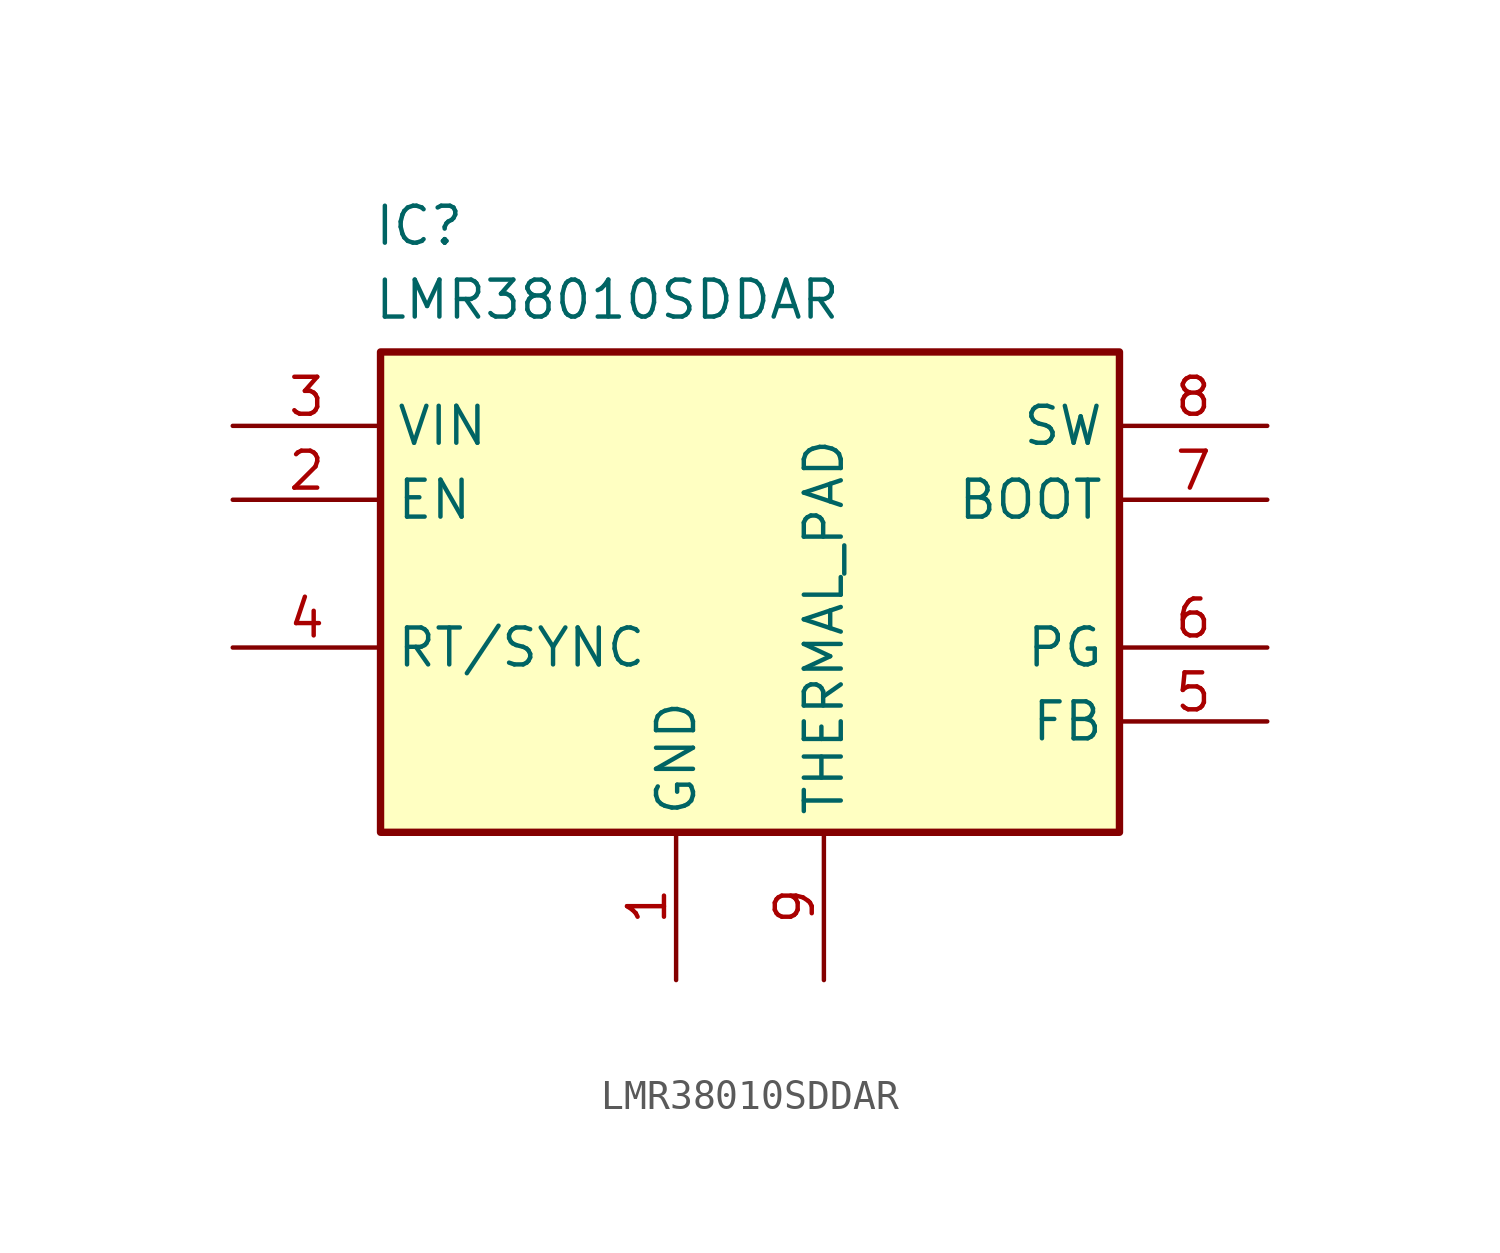
<source format=kicad_sym>
(kicad_symbol_lib
  (version 20231120)
  (generator "kicad_symbol_editor")
  (generator_version "8.0")
  (symbol "LMR38010SDDAR"
    (property "Reference" "IC"
      (at 4.826 7.62 0)
      (effects (font (size 1.27 1.27)) (justify left top)))
    (property "Value" "LMR38010SDDAR"
      (at 4.826 5.08 0)
      (effects (font (size 1.27 1.27)) (justify left top)))
    (symbol "LMR38010SDDAR_1_1"
      (rectangle (start 5.08 2.54) (end 30.48 -13.97) (stroke (width 0.254) (type default)) (fill (type background)))
      (pin passive line (at 15.24 -19.05 90) (length 5.08) (name "GND" (effects (font (size 1.27 1.27)))) (number "1" (effects (font (size 1.27 1.27)))))
      (pin passive line (at 0 -2.54 0) (length 5.08) (name "EN" (effects (font (size 1.27 1.27)))) (number "2" (effects (font (size 1.27 1.27)))))
      (pin passive line (at 0 0 0) (length 5.08) (name "VIN" (effects (font (size 1.27 1.27)))) (number "3" (effects (font (size 1.27 1.27)))))
      (pin passive line (at 0 -7.62 0) (length 5.08) (name "RT/SYNC" (effects (font (size 1.27 1.27)))) (number "4" (effects (font (size 1.27 1.27)))))
      (pin passive line (at 35.56 -10.16 180) (length 5.08) (name "FB" (effects (font (size 1.27 1.27)))) (number "5" (effects (font (size 1.27 1.27)))))
      (pin passive line (at 35.56 -7.62 180) (length 5.08) (name "PG" (effects (font (size 1.27 1.27)))) (number "6" (effects (font (size 1.27 1.27)))))
      (pin passive line (at 35.56 -2.54 180) (length 5.08) (name "BOOT" (effects (font (size 1.27 1.27)))) (number "7" (effects (font (size 1.27 1.27)))))
      (pin passive line (at 35.56 0 180) (length 5.08) (name "SW" (effects (font (size 1.27 1.27)))) (number "8" (effects (font (size 1.27 1.27)))))
      (pin passive line (at 20.32 -19.05 90) (length 5.08) (name "THERMAL_PAD" (effects (font (size 1.27 1.27)))) (number "9" (effects (font (size 1.27 1.27))))))))
</source>
